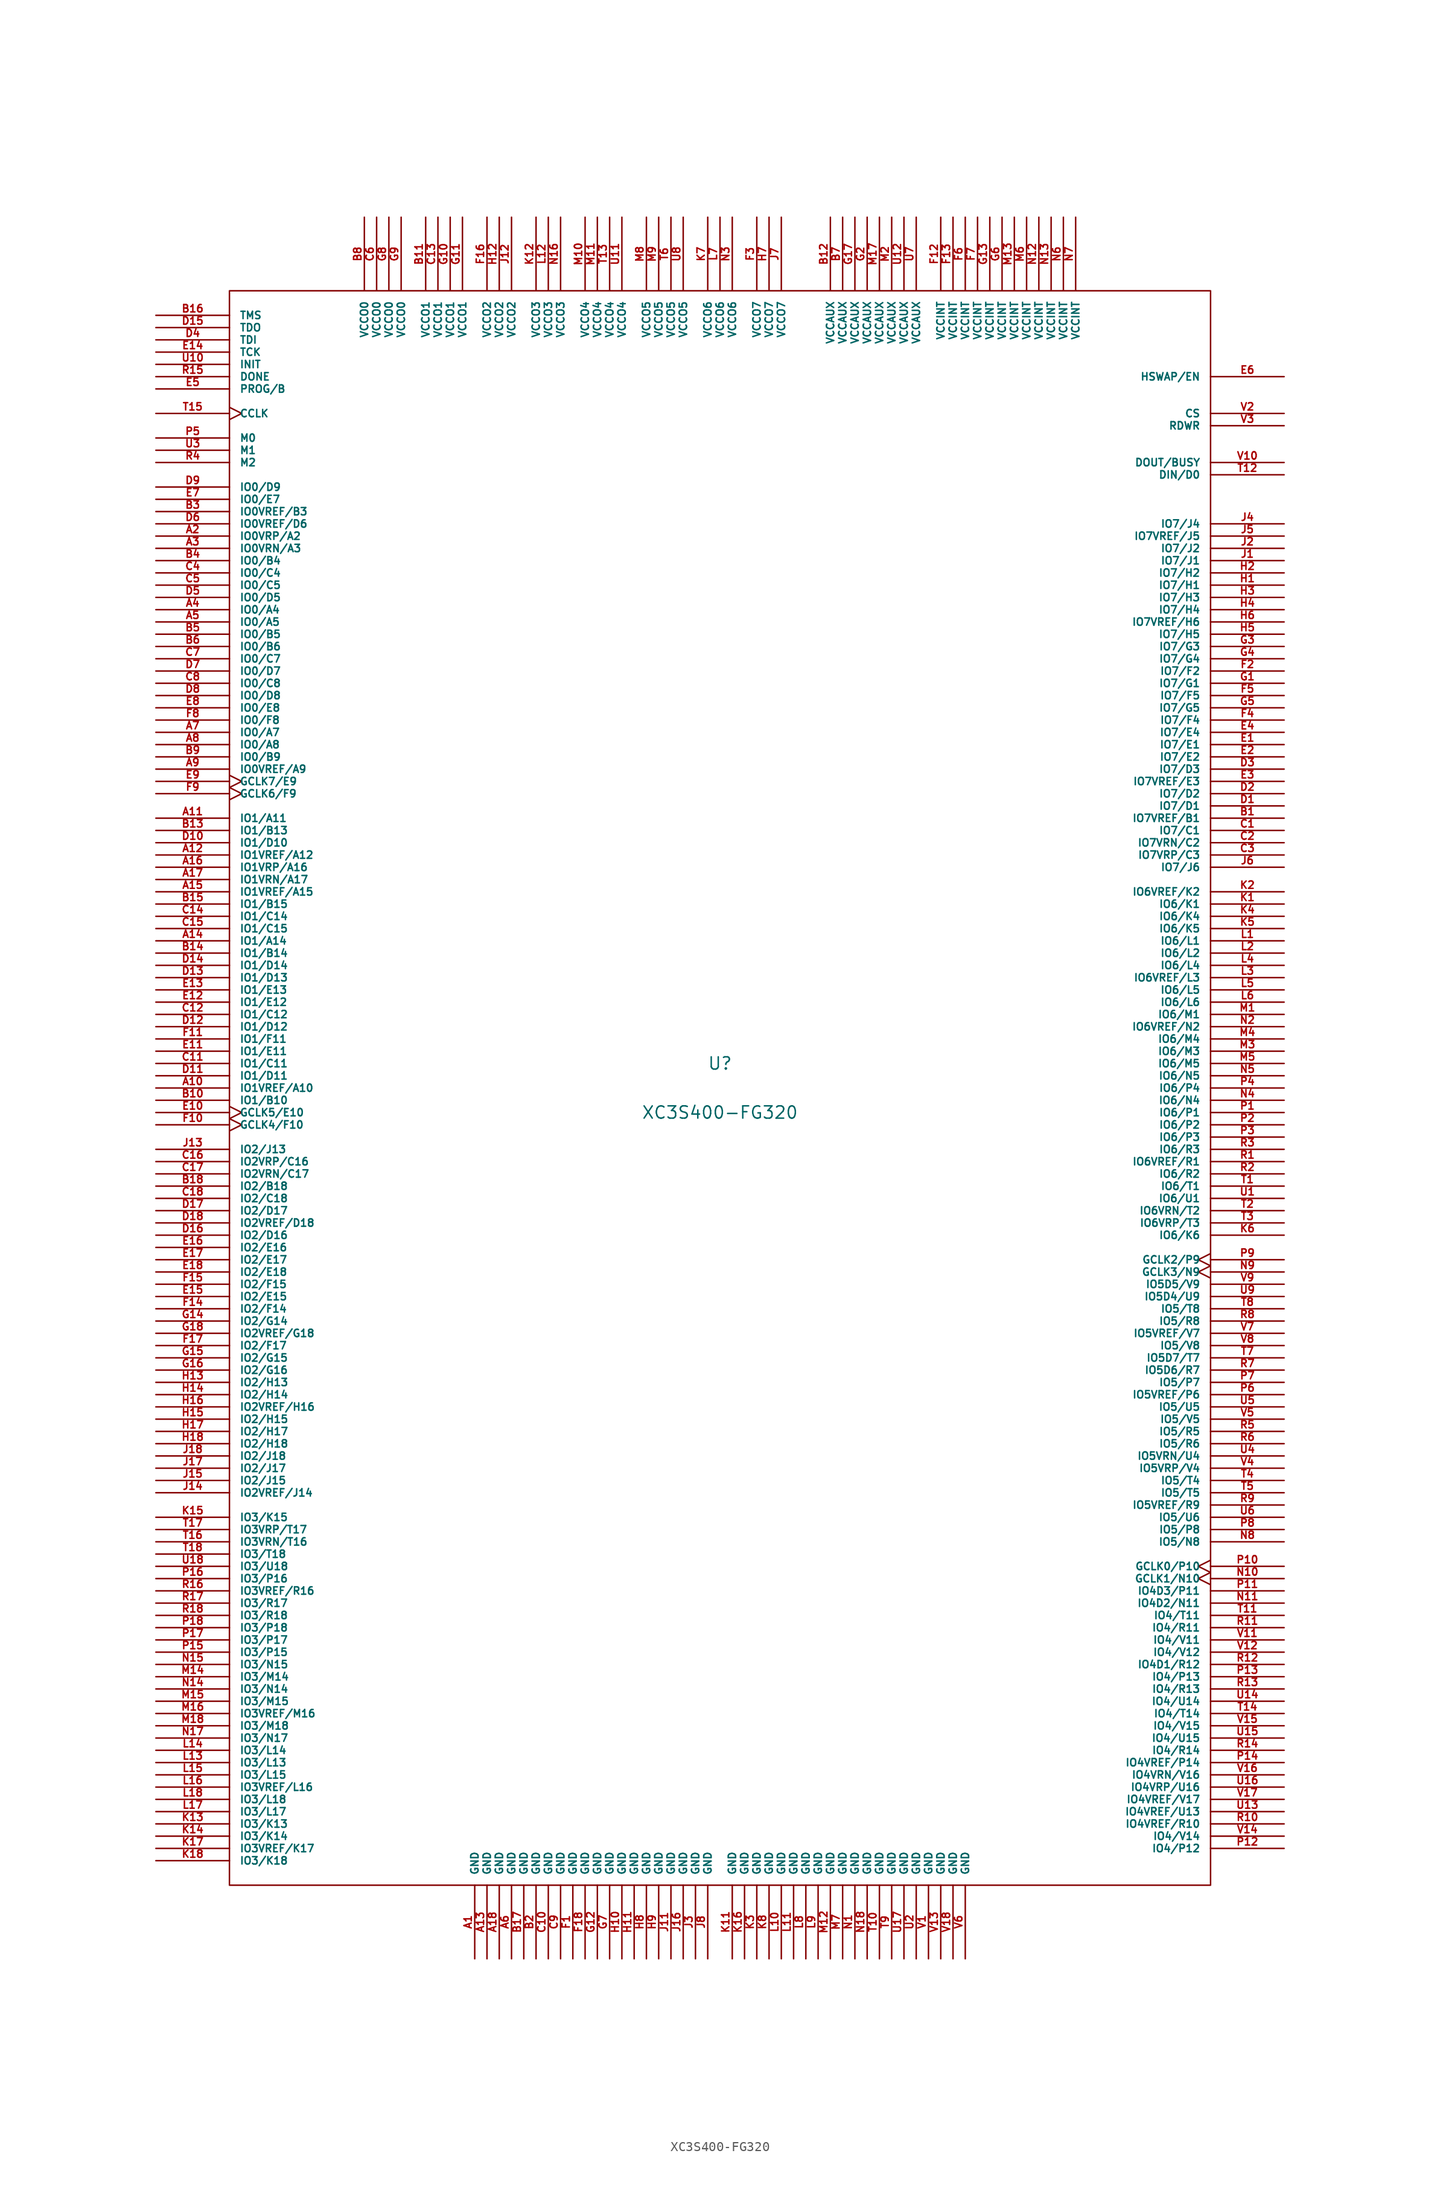
<source format=kicad_sym>
(kicad_symbol_lib
  (version 20211014)
  (generator kicad_symbol_editor)
  (symbol "XC3S400-FG320"
    (pin_names
      (offset 1.016))
    (property "Reference" "U"
      (at 0 2.54 0)
      (effects (font (size 1.27 1.27))))
    (property "Value" "XC3S400-FG320"
      (at 0 -2.54 0)
      (effects (font (size 1.27 1.27))))
    (symbol "XC3S400-FG320_0_1"
      (rectangle (start -50.8 -82.55) (end 50.8 82.55) (stroke (width 0) (type default) (color 0 0 0 0)) (fill (type none))))
    (symbol "XC3S400-FG320_1_1"
      (pin power_in line (at -25.4 -90.17 90) (length 7.62) (name "GND" (effects (font (size 0.762 0.762)))) (number "A1" (effects (font (size 0.762 0.762)))))
      (pin bidirectional line (at -58.42 0 0) (length 7.62) (name "IO1VREF/A10" (effects (font (size 0.762 0.762)))) (number "A10" (effects (font (size 0.762 0.762)))))
      (pin bidirectional line (at -58.42 27.94 0) (length 7.62) (name "IO1/A11" (effects (font (size 0.762 0.762)))) (number "A11" (effects (font (size 0.762 0.762)))))
      (pin bidirectional line (at -58.42 24.13 0) (length 7.62) (name "IO1VREF/A12" (effects (font (size 0.762 0.762)))) (number "A12" (effects (font (size 0.762 0.762)))))
      (pin power_in line (at -24.13 -90.17 90) (length 7.62) (name "GND" (effects (font (size 0.762 0.762)))) (number "A13" (effects (font (size 0.762 0.762)))))
      (pin bidirectional line (at -58.42 15.24 0) (length 7.62) (name "IO1/A14" (effects (font (size 0.762 0.762)))) (number "A14" (effects (font (size 0.762 0.762)))))
      (pin bidirectional line (at -58.42 20.32 0) (length 7.62) (name "IO1VREF/A15" (effects (font (size 0.762 0.762)))) (number "A15" (effects (font (size 0.762 0.762)))))
      (pin bidirectional line (at -58.42 22.86 0) (length 7.62) (name "IO1VRP/A16" (effects (font (size 0.762 0.762)))) (number "A16" (effects (font (size 0.762 0.762)))))
      (pin bidirectional line (at -58.42 21.59 0) (length 7.62) (name "IO1VRN/A17" (effects (font (size 0.762 0.762)))) (number "A17" (effects (font (size 0.762 0.762)))))
      (pin power_in line (at -22.86 -90.17 90) (length 7.62) (name "GND" (effects (font (size 0.762 0.762)))) (number "A18" (effects (font (size 0.762 0.762)))))
      (pin bidirectional line (at -58.42 57.15 0) (length 7.62) (name "IO0VRP/A2" (effects (font (size 0.762 0.762)))) (number "A2" (effects (font (size 0.762 0.762)))))
      (pin bidirectional line (at -58.42 55.88 0) (length 7.62) (name "IO0VRN/A3" (effects (font (size 0.762 0.762)))) (number "A3" (effects (font (size 0.762 0.762)))))
      (pin bidirectional line (at -58.42 49.53 0) (length 7.62) (name "IO0/A4" (effects (font (size 0.762 0.762)))) (number "A4" (effects (font (size 0.762 0.762)))))
      (pin bidirectional line (at -58.42 48.26 0) (length 7.62) (name "IO0/A5" (effects (font (size 0.762 0.762)))) (number "A5" (effects (font (size 0.762 0.762)))))
      (pin power_in line (at -21.59 -90.17 90) (length 7.62) (name "GND" (effects (font (size 0.762 0.762)))) (number "A6" (effects (font (size 0.762 0.762)))))
      (pin bidirectional line (at -58.42 36.83 0) (length 7.62) (name "IO0/A7" (effects (font (size 0.762 0.762)))) (number "A7" (effects (font (size 0.762 0.762)))))
      (pin bidirectional line (at -58.42 35.56 0) (length 7.62) (name "IO0/A8" (effects (font (size 0.762 0.762)))) (number "A8" (effects (font (size 0.762 0.762)))))
      (pin bidirectional line (at -58.42 33.02 0) (length 7.62) (name "IO0VREF/A9" (effects (font (size 0.762 0.762)))) (number "A9" (effects (font (size 0.762 0.762)))))
      (pin bidirectional line (at 58.42 27.94 180) (length 7.62) (name "IO7VREF/B1" (effects (font (size 0.762 0.762)))) (number "B1" (effects (font (size 0.762 0.762)))))
      (pin bidirectional line (at -58.42 -1.27 0) (length 7.62) (name "IO1/B10" (effects (font (size 0.762 0.762)))) (number "B10" (effects (font (size 0.762 0.762)))))
      (pin power_in line (at -30.48 90.17 270) (length 7.62) (name "VCCO1" (effects (font (size 0.762 0.762)))) (number "B11" (effects (font (size 0.762 0.762)))))
      (pin power_in line (at 11.43 90.17 270) (length 7.62) (name "VCCAUX" (effects (font (size 0.762 0.762)))) (number "B12" (effects (font (size 0.762 0.762)))))
      (pin bidirectional line (at -58.42 26.67 0) (length 7.62) (name "IO1/B13" (effects (font (size 0.762 0.762)))) (number "B13" (effects (font (size 0.762 0.762)))))
      (pin bidirectional line (at -58.42 13.97 0) (length 7.62) (name "IO1/B14" (effects (font (size 0.762 0.762)))) (number "B14" (effects (font (size 0.762 0.762)))))
      (pin bidirectional line (at -58.42 19.05 0) (length 7.62) (name "IO1/B15" (effects (font (size 0.762 0.762)))) (number "B15" (effects (font (size 0.762 0.762)))))
      (pin input line (at -58.42 80.01 0) (length 7.62) (name "TMS" (effects (font (size 0.762 0.762)))) (number "B16" (effects (font (size 0.762 0.762)))))
      (pin power_in line (at -20.32 -90.17 90) (length 7.62) (name "GND" (effects (font (size 0.762 0.762)))) (number "B17" (effects (font (size 0.762 0.762)))))
      (pin bidirectional line (at -58.42 -10.16 0) (length 7.62) (name "IO2/B18" (effects (font (size 0.762 0.762)))) (number "B18" (effects (font (size 0.762 0.762)))))
      (pin power_in line (at -19.05 -90.17 90) (length 7.62) (name "GND" (effects (font (size 0.762 0.762)))) (number "B2" (effects (font (size 0.762 0.762)))))
      (pin bidirectional line (at -58.42 59.69 0) (length 7.62) (name "IO0VREF/B3" (effects (font (size 0.762 0.762)))) (number "B3" (effects (font (size 0.762 0.762)))))
      (pin bidirectional line (at -58.42 54.61 0) (length 7.62) (name "IO0/B4" (effects (font (size 0.762 0.762)))) (number "B4" (effects (font (size 0.762 0.762)))))
      (pin bidirectional line (at -58.42 46.99 0) (length 7.62) (name "IO0/B5" (effects (font (size 0.762 0.762)))) (number "B5" (effects (font (size 0.762 0.762)))))
      (pin bidirectional line (at -58.42 45.72 0) (length 7.62) (name "IO0/B6" (effects (font (size 0.762 0.762)))) (number "B6" (effects (font (size 0.762 0.762)))))
      (pin power_in line (at 12.7 90.17 270) (length 7.62) (name "VCCAUX" (effects (font (size 0.762 0.762)))) (number "B7" (effects (font (size 0.762 0.762)))))
      (pin power_in line (at -36.83 90.17 270) (length 7.62) (name "VCCO0" (effects (font (size 0.762 0.762)))) (number "B8" (effects (font (size 0.762 0.762)))))
      (pin bidirectional line (at -58.42 34.29 0) (length 7.62) (name "IO0/B9" (effects (font (size 0.762 0.762)))) (number "B9" (effects (font (size 0.762 0.762)))))
      (pin bidirectional line (at 58.42 26.67 180) (length 7.62) (name "IO7/C1" (effects (font (size 0.762 0.762)))) (number "C1" (effects (font (size 0.762 0.762)))))
      (pin power_in line (at -17.78 -90.17 90) (length 7.62) (name "GND" (effects (font (size 0.762 0.762)))) (number "C10" (effects (font (size 0.762 0.762)))))
      (pin bidirectional line (at -58.42 2.54 0) (length 7.62) (name "IO1/C11" (effects (font (size 0.762 0.762)))) (number "C11" (effects (font (size 0.762 0.762)))))
      (pin bidirectional line (at -58.42 7.62 0) (length 7.62) (name "IO1/C12" (effects (font (size 0.762 0.762)))) (number "C12" (effects (font (size 0.762 0.762)))))
      (pin power_in line (at -29.21 90.17 270) (length 7.62) (name "VCCO1" (effects (font (size 0.762 0.762)))) (number "C13" (effects (font (size 0.762 0.762)))))
      (pin bidirectional line (at -58.42 17.78 0) (length 7.62) (name "IO1/C14" (effects (font (size 0.762 0.762)))) (number "C14" (effects (font (size 0.762 0.762)))))
      (pin bidirectional line (at -58.42 16.51 0) (length 7.62) (name "IO1/C15" (effects (font (size 0.762 0.762)))) (number "C15" (effects (font (size 0.762 0.762)))))
      (pin bidirectional line (at -58.42 -7.62 0) (length 7.62) (name "IO2VRP/C16" (effects (font (size 0.762 0.762)))) (number "C16" (effects (font (size 0.762 0.762)))))
      (pin bidirectional line (at -58.42 -8.89 0) (length 7.62) (name "IO2VRN/C17" (effects (font (size 0.762 0.762)))) (number "C17" (effects (font (size 0.762 0.762)))))
      (pin bidirectional line (at -58.42 -11.43 0) (length 7.62) (name "IO2/C18" (effects (font (size 0.762 0.762)))) (number "C18" (effects (font (size 0.762 0.762)))))
      (pin bidirectional line (at 58.42 25.4 180) (length 7.62) (name "IO7VRN/C2" (effects (font (size 0.762 0.762)))) (number "C2" (effects (font (size 0.762 0.762)))))
      (pin bidirectional line (at 58.42 24.13 180) (length 7.62) (name "IO7VRP/C3" (effects (font (size 0.762 0.762)))) (number "C3" (effects (font (size 0.762 0.762)))))
      (pin bidirectional line (at -58.42 53.34 0) (length 7.62) (name "IO0/C4" (effects (font (size 0.762 0.762)))) (number "C4" (effects (font (size 0.762 0.762)))))
      (pin bidirectional line (at -58.42 52.07 0) (length 7.62) (name "IO0/C5" (effects (font (size 0.762 0.762)))) (number "C5" (effects (font (size 0.762 0.762)))))
      (pin power_in line (at -35.56 90.17 270) (length 7.62) (name "VCCO0" (effects (font (size 0.762 0.762)))) (number "C6" (effects (font (size 0.762 0.762)))))
      (pin bidirectional line (at -58.42 44.45 0) (length 7.62) (name "IO0/C7" (effects (font (size 0.762 0.762)))) (number "C7" (effects (font (size 0.762 0.762)))))
      (pin bidirectional line (at -58.42 41.91 0) (length 7.62) (name "IO0/C8" (effects (font (size 0.762 0.762)))) (number "C8" (effects (font (size 0.762 0.762)))))
      (pin power_in line (at -16.51 -90.17 90) (length 7.62) (name "GND" (effects (font (size 0.762 0.762)))) (number "C9" (effects (font (size 0.762 0.762)))))
      (pin bidirectional line (at 58.42 29.21 180) (length 7.62) (name "IO7/D1" (effects (font (size 0.762 0.762)))) (number "D1" (effects (font (size 0.762 0.762)))))
      (pin bidirectional line (at -58.42 25.4 0) (length 7.62) (name "IO1/D10" (effects (font (size 0.762 0.762)))) (number "D10" (effects (font (size 0.762 0.762)))))
      (pin bidirectional line (at -58.42 1.27 0) (length 7.62) (name "IO1/D11" (effects (font (size 0.762 0.762)))) (number "D11" (effects (font (size 0.762 0.762)))))
      (pin bidirectional line (at -58.42 6.35 0) (length 7.62) (name "IO1/D12" (effects (font (size 0.762 0.762)))) (number "D12" (effects (font (size 0.762 0.762)))))
      (pin bidirectional line (at -58.42 11.43 0) (length 7.62) (name "IO1/D13" (effects (font (size 0.762 0.762)))) (number "D13" (effects (font (size 0.762 0.762)))))
      (pin bidirectional line (at -58.42 12.7 0) (length 7.62) (name "IO1/D14" (effects (font (size 0.762 0.762)))) (number "D14" (effects (font (size 0.762 0.762)))))
      (pin output line (at -58.42 78.74 0) (length 7.62) (name "TDO" (effects (font (size 0.762 0.762)))) (number "D15" (effects (font (size 0.762 0.762)))))
      (pin bidirectional line (at -58.42 -15.24 0) (length 7.62) (name "IO2/D16" (effects (font (size 0.762 0.762)))) (number "D16" (effects (font (size 0.762 0.762)))))
      (pin bidirectional line (at -58.42 -12.7 0) (length 7.62) (name "IO2/D17" (effects (font (size 0.762 0.762)))) (number "D17" (effects (font (size 0.762 0.762)))))
      (pin bidirectional line (at -58.42 -13.97 0) (length 7.62) (name "IO2VREF/D18" (effects (font (size 0.762 0.762)))) (number "D18" (effects (font (size 0.762 0.762)))))
      (pin bidirectional line (at 58.42 30.48 180) (length 7.62) (name "IO7/D2" (effects (font (size 0.762 0.762)))) (number "D2" (effects (font (size 0.762 0.762)))))
      (pin bidirectional line (at 58.42 33.02 180) (length 7.62) (name "IO7/D3" (effects (font (size 0.762 0.762)))) (number "D3" (effects (font (size 0.762 0.762)))))
      (pin input line (at -58.42 77.47 0) (length 7.62) (name "TDI" (effects (font (size 0.762 0.762)))) (number "D4" (effects (font (size 0.762 0.762)))))
      (pin bidirectional line (at -58.42 50.8 0) (length 7.62) (name "IO0/D5" (effects (font (size 0.762 0.762)))) (number "D5" (effects (font (size 0.762 0.762)))))
      (pin bidirectional line (at -58.42 58.42 0) (length 7.62) (name "IO0VREF/D6" (effects (font (size 0.762 0.762)))) (number "D6" (effects (font (size 0.762 0.762)))))
      (pin bidirectional line (at -58.42 43.18 0) (length 7.62) (name "IO0/D7" (effects (font (size 0.762 0.762)))) (number "D7" (effects (font (size 0.762 0.762)))))
      (pin bidirectional line (at -58.42 40.64 0) (length 7.62) (name "IO0/D8" (effects (font (size 0.762 0.762)))) (number "D8" (effects (font (size 0.762 0.762)))))
      (pin bidirectional line (at -58.42 62.23 0) (length 7.62) (name "IO0/D9" (effects (font (size 0.762 0.762)))) (number "D9" (effects (font (size 0.762 0.762)))))
      (pin bidirectional line (at 58.42 35.56 180) (length 7.62) (name "IO7/E1" (effects (font (size 0.762 0.762)))) (number "E1" (effects (font (size 0.762 0.762)))))
      (pin input clock (at -58.42 -2.54 0) (length 7.62) (name "GCLK5/E10" (effects (font (size 0.762 0.762)))) (number "E10" (effects (font (size 0.762 0.762)))))
      (pin bidirectional line (at -58.42 3.81 0) (length 7.62) (name "IO1/E11" (effects (font (size 0.762 0.762)))) (number "E11" (effects (font (size 0.762 0.762)))))
      (pin bidirectional line (at -58.42 8.89 0) (length 7.62) (name "IO1/E12" (effects (font (size 0.762 0.762)))) (number "E12" (effects (font (size 0.762 0.762)))))
      (pin bidirectional line (at -58.42 10.16 0) (length 7.62) (name "IO1/E13" (effects (font (size 0.762 0.762)))) (number "E13" (effects (font (size 0.762 0.762)))))
      (pin input line (at -58.42 76.2 0) (length 7.62) (name "TCK" (effects (font (size 0.762 0.762)))) (number "E14" (effects (font (size 0.762 0.762)))))
      (pin bidirectional line (at -58.42 -21.59 0) (length 7.62) (name "IO2/E15" (effects (font (size 0.762 0.762)))) (number "E15" (effects (font (size 0.762 0.762)))))
      (pin bidirectional line (at -58.42 -16.51 0) (length 7.62) (name "IO2/E16" (effects (font (size 0.762 0.762)))) (number "E16" (effects (font (size 0.762 0.762)))))
      (pin bidirectional line (at -58.42 -17.78 0) (length 7.62) (name "IO2/E17" (effects (font (size 0.762 0.762)))) (number "E17" (effects (font (size 0.762 0.762)))))
      (pin bidirectional line (at -58.42 -19.05 0) (length 7.62) (name "IO2/E18" (effects (font (size 0.762 0.762)))) (number "E18" (effects (font (size 0.762 0.762)))))
      (pin bidirectional line (at 58.42 34.29 180) (length 7.62) (name "IO7/E2" (effects (font (size 0.762 0.762)))) (number "E2" (effects (font (size 0.762 0.762)))))
      (pin bidirectional line (at 58.42 31.75 180) (length 7.62) (name "IO7VREF/E3" (effects (font (size 0.762 0.762)))) (number "E3" (effects (font (size 0.762 0.762)))))
      (pin bidirectional line (at 58.42 36.83 180) (length 7.62) (name "IO7/E4" (effects (font (size 0.762 0.762)))) (number "E4" (effects (font (size 0.762 0.762)))))
      (pin input line (at -58.42 72.39 0) (length 7.62) (name "PROG/B" (effects (font (size 0.762 0.762)))) (number "E5" (effects (font (size 0.762 0.762)))))
      (pin input line (at 58.42 73.66 180) (length 7.62) (name "HSWAP/EN" (effects (font (size 0.762 0.762)))) (number "E6" (effects (font (size 0.762 0.762)))))
      (pin bidirectional line (at -58.42 60.96 0) (length 7.62) (name "IO0/E7" (effects (font (size 0.762 0.762)))) (number "E7" (effects (font (size 0.762 0.762)))))
      (pin bidirectional line (at -58.42 39.37 0) (length 7.62) (name "IO0/E8" (effects (font (size 0.762 0.762)))) (number "E8" (effects (font (size 0.762 0.762)))))
      (pin input clock (at -58.42 31.75 0) (length 7.62) (name "GCLK7/E9" (effects (font (size 0.762 0.762)))) (number "E9" (effects (font (size 0.762 0.762)))))
      (pin power_in line (at -15.24 -90.17 90) (length 7.62) (name "GND" (effects (font (size 0.762 0.762)))) (number "F1" (effects (font (size 0.762 0.762)))))
      (pin input clock (at -58.42 -3.81 0) (length 7.62) (name "GCLK4/F10" (effects (font (size 0.762 0.762)))) (number "F10" (effects (font (size 0.762 0.762)))))
      (pin bidirectional line (at -58.42 5.08 0) (length 7.62) (name "IO1/F11" (effects (font (size 0.762 0.762)))) (number "F11" (effects (font (size 0.762 0.762)))))
      (pin power_in line (at 22.86 90.17 270) (length 7.62) (name "VCCINT" (effects (font (size 0.762 0.762)))) (number "F12" (effects (font (size 0.762 0.762)))))
      (pin power_in line (at 24.13 90.17 270) (length 7.62) (name "VCCINT" (effects (font (size 0.762 0.762)))) (number "F13" (effects (font (size 0.762 0.762)))))
      (pin bidirectional line (at -58.42 -22.86 0) (length 7.62) (name "IO2/F14" (effects (font (size 0.762 0.762)))) (number "F14" (effects (font (size 0.762 0.762)))))
      (pin bidirectional line (at -58.42 -20.32 0) (length 7.62) (name "IO2/F15" (effects (font (size 0.762 0.762)))) (number "F15" (effects (font (size 0.762 0.762)))))
      (pin power_in line (at -24.13 90.17 270) (length 7.62) (name "VCCO2" (effects (font (size 0.762 0.762)))) (number "F16" (effects (font (size 0.762 0.762)))))
      (pin bidirectional line (at -58.42 -26.67 0) (length 7.62) (name "IO2/F17" (effects (font (size 0.762 0.762)))) (number "F17" (effects (font (size 0.762 0.762)))))
      (pin power_in line (at -13.97 -90.17 90) (length 7.62) (name "GND" (effects (font (size 0.762 0.762)))) (number "F18" (effects (font (size 0.762 0.762)))))
      (pin bidirectional line (at 58.42 43.18 180) (length 7.62) (name "IO7/F2" (effects (font (size 0.762 0.762)))) (number "F2" (effects (font (size 0.762 0.762)))))
      (pin power_in line (at 3.81 90.17 270) (length 7.62) (name "VCCO7" (effects (font (size 0.762 0.762)))) (number "F3" (effects (font (size 0.762 0.762)))))
      (pin bidirectional line (at 58.42 38.1 180) (length 7.62) (name "IO7/F4" (effects (font (size 0.762 0.762)))) (number "F4" (effects (font (size 0.762 0.762)))))
      (pin bidirectional line (at 58.42 40.64 180) (length 7.62) (name "IO7/F5" (effects (font (size 0.762 0.762)))) (number "F5" (effects (font (size 0.762 0.762)))))
      (pin power_in line (at 25.4 90.17 270) (length 7.62) (name "VCCINT" (effects (font (size 0.762 0.762)))) (number "F6" (effects (font (size 0.762 0.762)))))
      (pin power_in line (at 26.67 90.17 270) (length 7.62) (name "VCCINT" (effects (font (size 0.762 0.762)))) (number "F7" (effects (font (size 0.762 0.762)))))
      (pin bidirectional line (at -58.42 38.1 0) (length 7.62) (name "IO0/F8" (effects (font (size 0.762 0.762)))) (number "F8" (effects (font (size 0.762 0.762)))))
      (pin input clock (at -58.42 30.48 0) (length 7.62) (name "GCLK6/F9" (effects (font (size 0.762 0.762)))) (number "F9" (effects (font (size 0.762 0.762)))))
      (pin bidirectional line (at 58.42 41.91 180) (length 7.62) (name "IO7/G1" (effects (font (size 0.762 0.762)))) (number "G1" (effects (font (size 0.762 0.762)))))
      (pin power_in line (at -27.94 90.17 270) (length 7.62) (name "VCCO1" (effects (font (size 0.762 0.762)))) (number "G10" (effects (font (size 0.762 0.762)))))
      (pin power_in line (at -26.67 90.17 270) (length 7.62) (name "VCCO1" (effects (font (size 0.762 0.762)))) (number "G11" (effects (font (size 0.762 0.762)))))
      (pin power_in line (at -12.7 -90.17 90) (length 7.62) (name "GND" (effects (font (size 0.762 0.762)))) (number "G12" (effects (font (size 0.762 0.762)))))
      (pin power_in line (at 27.94 90.17 270) (length 7.62) (name "VCCINT" (effects (font (size 0.762 0.762)))) (number "G13" (effects (font (size 0.762 0.762)))))
      (pin bidirectional line (at -58.42 -24.13 0) (length 7.62) (name "IO2/G14" (effects (font (size 0.762 0.762)))) (number "G14" (effects (font (size 0.762 0.762)))))
      (pin bidirectional line (at -58.42 -27.94 0) (length 7.62) (name "IO2/G15" (effects (font (size 0.762 0.762)))) (number "G15" (effects (font (size 0.762 0.762)))))
      (pin bidirectional line (at -58.42 -29.21 0) (length 7.62) (name "IO2/G16" (effects (font (size 0.762 0.762)))) (number "G16" (effects (font (size 0.762 0.762)))))
      (pin power_in line (at 13.97 90.17 270) (length 7.62) (name "VCCAUX" (effects (font (size 0.762 0.762)))) (number "G17" (effects (font (size 0.762 0.762)))))
      (pin bidirectional line (at -58.42 -25.4 0) (length 7.62) (name "IO2VREF/G18" (effects (font (size 0.762 0.762)))) (number "G18" (effects (font (size 0.762 0.762)))))
      (pin power_in line (at 15.24 90.17 270) (length 7.62) (name "VCCAUX" (effects (font (size 0.762 0.762)))) (number "G2" (effects (font (size 0.762 0.762)))))
      (pin bidirectional line (at 58.42 45.72 180) (length 7.62) (name "IO7/G3" (effects (font (size 0.762 0.762)))) (number "G3" (effects (font (size 0.762 0.762)))))
      (pin bidirectional line (at 58.42 44.45 180) (length 7.62) (name "IO7/G4" (effects (font (size 0.762 0.762)))) (number "G4" (effects (font (size 0.762 0.762)))))
      (pin bidirectional line (at 58.42 39.37 180) (length 7.62) (name "IO7/G5" (effects (font (size 0.762 0.762)))) (number "G5" (effects (font (size 0.762 0.762)))))
      (pin power_in line (at 29.21 90.17 270) (length 7.62) (name "VCCINT" (effects (font (size 0.762 0.762)))) (number "G6" (effects (font (size 0.762 0.762)))))
      (pin power_in line (at -11.43 -90.17 90) (length 7.62) (name "GND" (effects (font (size 0.762 0.762)))) (number "G7" (effects (font (size 0.762 0.762)))))
      (pin power_in line (at -34.29 90.17 270) (length 7.62) (name "VCCO0" (effects (font (size 0.762 0.762)))) (number "G8" (effects (font (size 0.762 0.762)))))
      (pin power_in line (at -33.02 90.17 270) (length 7.62) (name "VCCO0" (effects (font (size 0.762 0.762)))) (number "G9" (effects (font (size 0.762 0.762)))))
      (pin bidirectional line (at 58.42 52.07 180) (length 7.62) (name "IO7/H1" (effects (font (size 0.762 0.762)))) (number "H1" (effects (font (size 0.762 0.762)))))
      (pin power_in line (at -10.16 -90.17 90) (length 7.62) (name "GND" (effects (font (size 0.762 0.762)))) (number "H10" (effects (font (size 0.762 0.762)))))
      (pin power_in line (at -8.89 -90.17 90) (length 7.62) (name "GND" (effects (font (size 0.762 0.762)))) (number "H11" (effects (font (size 0.762 0.762)))))
      (pin power_in line (at -22.86 90.17 270) (length 7.62) (name "VCCO2" (effects (font (size 0.762 0.762)))) (number "H12" (effects (font (size 0.762 0.762)))))
      (pin bidirectional line (at -58.42 -30.48 0) (length 7.62) (name "IO2/H13" (effects (font (size 0.762 0.762)))) (number "H13" (effects (font (size 0.762 0.762)))))
      (pin bidirectional line (at -58.42 -31.75 0) (length 7.62) (name "IO2/H14" (effects (font (size 0.762 0.762)))) (number "H14" (effects (font (size 0.762 0.762)))))
      (pin bidirectional line (at -58.42 -34.29 0) (length 7.62) (name "IO2/H15" (effects (font (size 0.762 0.762)))) (number "H15" (effects (font (size 0.762 0.762)))))
      (pin bidirectional line (at -58.42 -33.02 0) (length 7.62) (name "IO2VREF/H16" (effects (font (size 0.762 0.762)))) (number "H16" (effects (font (size 0.762 0.762)))))
      (pin bidirectional line (at -58.42 -35.56 0) (length 7.62) (name "IO2/H17" (effects (font (size 0.762 0.762)))) (number "H17" (effects (font (size 0.762 0.762)))))
      (pin bidirectional line (at -58.42 -36.83 0) (length 7.62) (name "IO2/H18" (effects (font (size 0.762 0.762)))) (number "H18" (effects (font (size 0.762 0.762)))))
      (pin bidirectional line (at 58.42 53.34 180) (length 7.62) (name "IO7/H2" (effects (font (size 0.762 0.762)))) (number "H2" (effects (font (size 0.762 0.762)))))
      (pin bidirectional line (at 58.42 50.8 180) (length 7.62) (name "IO7/H3" (effects (font (size 0.762 0.762)))) (number "H3" (effects (font (size 0.762 0.762)))))
      (pin bidirectional line (at 58.42 49.53 180) (length 7.62) (name "IO7/H4" (effects (font (size 0.762 0.762)))) (number "H4" (effects (font (size 0.762 0.762)))))
      (pin bidirectional line (at 58.42 46.99 180) (length 7.62) (name "IO7/H5" (effects (font (size 0.762 0.762)))) (number "H5" (effects (font (size 0.762 0.762)))))
      (pin bidirectional line (at 58.42 48.26 180) (length 7.62) (name "IO7VREF/H6" (effects (font (size 0.762 0.762)))) (number "H6" (effects (font (size 0.762 0.762)))))
      (pin power_in line (at 5.08 90.17 270) (length 7.62) (name "VCCO7" (effects (font (size 0.762 0.762)))) (number "H7" (effects (font (size 0.762 0.762)))))
      (pin power_in line (at -7.62 -90.17 90) (length 7.62) (name "GND" (effects (font (size 0.762 0.762)))) (number "H8" (effects (font (size 0.762 0.762)))))
      (pin power_in line (at -6.35 -90.17 90) (length 7.62) (name "GND" (effects (font (size 0.762 0.762)))) (number "H9" (effects (font (size 0.762 0.762)))))
      (pin bidirectional line (at 58.42 54.61 180) (length 7.62) (name "IO7/J1" (effects (font (size 0.762 0.762)))) (number "J1" (effects (font (size 0.762 0.762)))))
      (pin power_in line (at -5.08 -90.17 90) (length 7.62) (name "GND" (effects (font (size 0.762 0.762)))) (number "J11" (effects (font (size 0.762 0.762)))))
      (pin power_in line (at -21.59 90.17 270) (length 7.62) (name "VCCO2" (effects (font (size 0.762 0.762)))) (number "J12" (effects (font (size 0.762 0.762)))))
      (pin bidirectional line (at -58.42 -6.35 0) (length 7.62) (name "IO2/J13" (effects (font (size 0.762 0.762)))) (number "J13" (effects (font (size 0.762 0.762)))))
      (pin bidirectional line (at -58.42 -41.91 0) (length 7.62) (name "IO2VREF/J14" (effects (font (size 0.762 0.762)))) (number "J14" (effects (font (size 0.762 0.762)))))
      (pin bidirectional line (at -58.42 -40.64 0) (length 7.62) (name "IO2/J15" (effects (font (size 0.762 0.762)))) (number "J15" (effects (font (size 0.762 0.762)))))
      (pin power_in line (at -3.81 -90.17 90) (length 7.62) (name "GND" (effects (font (size 0.762 0.762)))) (number "J16" (effects (font (size 0.762 0.762)))))
      (pin bidirectional line (at -58.42 -39.37 0) (length 7.62) (name "IO2/J17" (effects (font (size 0.762 0.762)))) (number "J17" (effects (font (size 0.762 0.762)))))
      (pin bidirectional line (at -58.42 -38.1 0) (length 7.62) (name "IO2/J18" (effects (font (size 0.762 0.762)))) (number "J18" (effects (font (size 0.762 0.762)))))
      (pin bidirectional line (at 58.42 55.88 180) (length 7.62) (name "IO7/J2" (effects (font (size 0.762 0.762)))) (number "J2" (effects (font (size 0.762 0.762)))))
      (pin power_in line (at -2.54 -90.17 90) (length 7.62) (name "GND" (effects (font (size 0.762 0.762)))) (number "J3" (effects (font (size 0.762 0.762)))))
      (pin bidirectional line (at 58.42 58.42 180) (length 7.62) (name "IO7/J4" (effects (font (size 0.762 0.762)))) (number "J4" (effects (font (size 0.762 0.762)))))
      (pin bidirectional line (at 58.42 57.15 180) (length 7.62) (name "IO7VREF/J5" (effects (font (size 0.762 0.762)))) (number "J5" (effects (font (size 0.762 0.762)))))
      (pin bidirectional line (at 58.42 22.86 180) (length 7.62) (name "IO7/J6" (effects (font (size 0.762 0.762)))) (number "J6" (effects (font (size 0.762 0.762)))))
      (pin power_in line (at 6.35 90.17 270) (length 7.62) (name "VCCO7" (effects (font (size 0.762 0.762)))) (number "J7" (effects (font (size 0.762 0.762)))))
      (pin power_in line (at -1.27 -90.17 90) (length 7.62) (name "GND" (effects (font (size 0.762 0.762)))) (number "J8" (effects (font (size 0.762 0.762)))))
      (pin bidirectional line (at 58.42 19.05 180) (length 7.62) (name "IO6/K1" (effects (font (size 0.762 0.762)))) (number "K1" (effects (font (size 0.762 0.762)))))
      (pin power_in line (at 1.27 -90.17 90) (length 7.62) (name "GND" (effects (font (size 0.762 0.762)))) (number "K11" (effects (font (size 0.762 0.762)))))
      (pin power_in line (at -19.05 90.17 270) (length 7.62) (name "VCCO3" (effects (font (size 0.762 0.762)))) (number "K12" (effects (font (size 0.762 0.762)))))
      (pin bidirectional line (at -58.42 -76.2 0) (length 7.62) (name "IO3/K13" (effects (font (size 0.762 0.762)))) (number "K13" (effects (font (size 0.762 0.762)))))
      (pin bidirectional line (at -58.42 -77.47 0) (length 7.62) (name "IO3/K14" (effects (font (size 0.762 0.762)))) (number "K14" (effects (font (size 0.762 0.762)))))
      (pin bidirectional line (at -58.42 -44.45 0) (length 7.62) (name "IO3/K15" (effects (font (size 0.762 0.762)))) (number "K15" (effects (font (size 0.762 0.762)))))
      (pin power_in line (at 2.54 -90.17 90) (length 7.62) (name "GND" (effects (font (size 0.762 0.762)))) (number "K16" (effects (font (size 0.762 0.762)))))
      (pin bidirectional line (at -58.42 -78.74 0) (length 7.62) (name "IO3VREF/K17" (effects (font (size 0.762 0.762)))) (number "K17" (effects (font (size 0.762 0.762)))))
      (pin bidirectional line (at -58.42 -80.01 0) (length 7.62) (name "IO3/K18" (effects (font (size 0.762 0.762)))) (number "K18" (effects (font (size 0.762 0.762)))))
      (pin bidirectional line (at 58.42 20.32 180) (length 7.62) (name "IO6VREF/K2" (effects (font (size 0.762 0.762)))) (number "K2" (effects (font (size 0.762 0.762)))))
      (pin power_in line (at 3.81 -90.17 90) (length 7.62) (name "GND" (effects (font (size 0.762 0.762)))) (number "K3" (effects (font (size 0.762 0.762)))))
      (pin bidirectional line (at 58.42 17.78 180) (length 7.62) (name "IO6/K4" (effects (font (size 0.762 0.762)))) (number "K4" (effects (font (size 0.762 0.762)))))
      (pin bidirectional line (at 58.42 16.51 180) (length 7.62) (name "IO6/K5" (effects (font (size 0.762 0.762)))) (number "K5" (effects (font (size 0.762 0.762)))))
      (pin bidirectional line (at 58.42 -15.24 180) (length 7.62) (name "IO6/K6" (effects (font (size 0.762 0.762)))) (number "K6" (effects (font (size 0.762 0.762)))))
      (pin power_in line (at -1.27 90.17 270) (length 7.62) (name "VCCO6" (effects (font (size 0.762 0.762)))) (number "K7" (effects (font (size 0.762 0.762)))))
      (pin power_in line (at 5.08 -90.17 90) (length 7.62) (name "GND" (effects (font (size 0.762 0.762)))) (number "K8" (effects (font (size 0.762 0.762)))))
      (pin bidirectional line (at 58.42 15.24 180) (length 7.62) (name "IO6/L1" (effects (font (size 0.762 0.762)))) (number "L1" (effects (font (size 0.762 0.762)))))
      (pin power_in line (at 6.35 -90.17 90) (length 7.62) (name "GND" (effects (font (size 0.762 0.762)))) (number "L10" (effects (font (size 0.762 0.762)))))
      (pin power_in line (at 7.62 -90.17 90) (length 7.62) (name "GND" (effects (font (size 0.762 0.762)))) (number "L11" (effects (font (size 0.762 0.762)))))
      (pin power_in line (at -17.78 90.17 270) (length 7.62) (name "VCCO3" (effects (font (size 0.762 0.762)))) (number "L12" (effects (font (size 0.762 0.762)))))
      (pin bidirectional line (at -58.42 -69.85 0) (length 7.62) (name "IO3/L13" (effects (font (size 0.762 0.762)))) (number "L13" (effects (font (size 0.762 0.762)))))
      (pin bidirectional line (at -58.42 -68.58 0) (length 7.62) (name "IO3/L14" (effects (font (size 0.762 0.762)))) (number "L14" (effects (font (size 0.762 0.762)))))
      (pin bidirectional line (at -58.42 -71.12 0) (length 7.62) (name "IO3/L15" (effects (font (size 0.762 0.762)))) (number "L15" (effects (font (size 0.762 0.762)))))
      (pin bidirectional line (at -58.42 -72.39 0) (length 7.62) (name "IO3VREF/L16" (effects (font (size 0.762 0.762)))) (number "L16" (effects (font (size 0.762 0.762)))))
      (pin bidirectional line (at -58.42 -74.93 0) (length 7.62) (name "IO3/L17" (effects (font (size 0.762 0.762)))) (number "L17" (effects (font (size 0.762 0.762)))))
      (pin bidirectional line (at -58.42 -73.66 0) (length 7.62) (name "IO3/L18" (effects (font (size 0.762 0.762)))) (number "L18" (effects (font (size 0.762 0.762)))))
      (pin bidirectional line (at 58.42 13.97 180) (length 7.62) (name "IO6/L2" (effects (font (size 0.762 0.762)))) (number "L2" (effects (font (size 0.762 0.762)))))
      (pin bidirectional line (at 58.42 11.43 180) (length 7.62) (name "IO6VREF/L3" (effects (font (size 0.762 0.762)))) (number "L3" (effects (font (size 0.762 0.762)))))
      (pin bidirectional line (at 58.42 12.7 180) (length 7.62) (name "IO6/L4" (effects (font (size 0.762 0.762)))) (number "L4" (effects (font (size 0.762 0.762)))))
      (pin bidirectional line (at 58.42 10.16 180) (length 7.62) (name "IO6/L5" (effects (font (size 0.762 0.762)))) (number "L5" (effects (font (size 0.762 0.762)))))
      (pin bidirectional line (at 58.42 8.89 180) (length 7.62) (name "IO6/L6" (effects (font (size 0.762 0.762)))) (number "L6" (effects (font (size 0.762 0.762)))))
      (pin power_in line (at 0 90.17 270) (length 7.62) (name "VCCO6" (effects (font (size 0.762 0.762)))) (number "L7" (effects (font (size 0.762 0.762)))))
      (pin power_in line (at 8.89 -90.17 90) (length 7.62) (name "GND" (effects (font (size 0.762 0.762)))) (number "L8" (effects (font (size 0.762 0.762)))))
      (pin power_in line (at 10.16 -90.17 90) (length 7.62) (name "GND" (effects (font (size 0.762 0.762)))) (number "L9" (effects (font (size 0.762 0.762)))))
      (pin bidirectional line (at 58.42 7.62 180) (length 7.62) (name "IO6/M1" (effects (font (size 0.762 0.762)))) (number "M1" (effects (font (size 0.762 0.762)))))
      (pin power_in line (at -13.97 90.17 270) (length 7.62) (name "VCCO4" (effects (font (size 0.762 0.762)))) (number "M10" (effects (font (size 0.762 0.762)))))
      (pin power_in line (at -12.7 90.17 270) (length 7.62) (name "VCCO4" (effects (font (size 0.762 0.762)))) (number "M11" (effects (font (size 0.762 0.762)))))
      (pin power_in line (at 11.43 -90.17 90) (length 7.62) (name "GND" (effects (font (size 0.762 0.762)))) (number "M12" (effects (font (size 0.762 0.762)))))
      (pin power_in line (at 30.48 90.17 270) (length 7.62) (name "VCCINT" (effects (font (size 0.762 0.762)))) (number "M13" (effects (font (size 0.762 0.762)))))
      (pin bidirectional line (at -58.42 -60.96 0) (length 7.62) (name "IO3/M14" (effects (font (size 0.762 0.762)))) (number "M14" (effects (font (size 0.762 0.762)))))
      (pin bidirectional line (at -58.42 -63.5 0) (length 7.62) (name "IO3/M15" (effects (font (size 0.762 0.762)))) (number "M15" (effects (font (size 0.762 0.762)))))
      (pin bidirectional line (at -58.42 -64.77 0) (length 7.62) (name "IO3VREF/M16" (effects (font (size 0.762 0.762)))) (number "M16" (effects (font (size 0.762 0.762)))))
      (pin power_in line (at 16.51 90.17 270) (length 7.62) (name "VCCAUX" (effects (font (size 0.762 0.762)))) (number "M17" (effects (font (size 0.762 0.762)))))
      (pin bidirectional line (at -58.42 -66.04 0) (length 7.62) (name "IO3/M18" (effects (font (size 0.762 0.762)))) (number "M18" (effects (font (size 0.762 0.762)))))
      (pin power_in line (at 17.78 90.17 270) (length 7.62) (name "VCCAUX" (effects (font (size 0.762 0.762)))) (number "M2" (effects (font (size 0.762 0.762)))))
      (pin bidirectional line (at 58.42 3.81 180) (length 7.62) (name "IO6/M3" (effects (font (size 0.762 0.762)))) (number "M3" (effects (font (size 0.762 0.762)))))
      (pin bidirectional line (at 58.42 5.08 180) (length 7.62) (name "IO6/M4" (effects (font (size 0.762 0.762)))) (number "M4" (effects (font (size 0.762 0.762)))))
      (pin bidirectional line (at 58.42 2.54 180) (length 7.62) (name "IO6/M5" (effects (font (size 0.762 0.762)))) (number "M5" (effects (font (size 0.762 0.762)))))
      (pin power_in line (at 31.75 90.17 270) (length 7.62) (name "VCCINT" (effects (font (size 0.762 0.762)))) (number "M6" (effects (font (size 0.762 0.762)))))
      (pin power_in line (at 12.7 -90.17 90) (length 7.62) (name "GND" (effects (font (size 0.762 0.762)))) (number "M7" (effects (font (size 0.762 0.762)))))
      (pin power_in line (at -7.62 90.17 270) (length 7.62) (name "VCCO5" (effects (font (size 0.762 0.762)))) (number "M8" (effects (font (size 0.762 0.762)))))
      (pin power_in line (at -6.35 90.17 270) (length 7.62) (name "VCCO5" (effects (font (size 0.762 0.762)))) (number "M9" (effects (font (size 0.762 0.762)))))
      (pin power_in line (at 13.97 -90.17 90) (length 7.62) (name "GND" (effects (font (size 0.762 0.762)))) (number "N1" (effects (font (size 0.762 0.762)))))
      (pin input clock (at 58.42 -50.8 180) (length 7.62) (name "GCLK1/N10" (effects (font (size 0.762 0.762)))) (number "N10" (effects (font (size 0.762 0.762)))))
      (pin bidirectional line (at 58.42 -53.34 180) (length 7.62) (name "IO4D2/N11" (effects (font (size 0.762 0.762)))) (number "N11" (effects (font (size 0.762 0.762)))))
      (pin power_in line (at 33.02 90.17 270) (length 7.62) (name "VCCINT" (effects (font (size 0.762 0.762)))) (number "N12" (effects (font (size 0.762 0.762)))))
      (pin power_in line (at 34.29 90.17 270) (length 7.62) (name "VCCINT" (effects (font (size 0.762 0.762)))) (number "N13" (effects (font (size 0.762 0.762)))))
      (pin bidirectional line (at -58.42 -62.23 0) (length 7.62) (name "IO3/N14" (effects (font (size 0.762 0.762)))) (number "N14" (effects (font (size 0.762 0.762)))))
      (pin bidirectional line (at -58.42 -59.69 0) (length 7.62) (name "IO3/N15" (effects (font (size 0.762 0.762)))) (number "N15" (effects (font (size 0.762 0.762)))))
      (pin power_in line (at -16.51 90.17 270) (length 7.62) (name "VCCO3" (effects (font (size 0.762 0.762)))) (number "N16" (effects (font (size 0.762 0.762)))))
      (pin bidirectional line (at -58.42 -67.31 0) (length 7.62) (name "IO3/N17" (effects (font (size 0.762 0.762)))) (number "N17" (effects (font (size 0.762 0.762)))))
      (pin power_in line (at 15.24 -90.17 90) (length 7.62) (name "GND" (effects (font (size 0.762 0.762)))) (number "N18" (effects (font (size 0.762 0.762)))))
      (pin bidirectional line (at 58.42 6.35 180) (length 7.62) (name "IO6VREF/N2" (effects (font (size 0.762 0.762)))) (number "N2" (effects (font (size 0.762 0.762)))))
      (pin power_in line (at 1.27 90.17 270) (length 7.62) (name "VCCO6" (effects (font (size 0.762 0.762)))) (number "N3" (effects (font (size 0.762 0.762)))))
      (pin bidirectional line (at 58.42 -1.27 180) (length 7.62) (name "IO6/N4" (effects (font (size 0.762 0.762)))) (number "N4" (effects (font (size 0.762 0.762)))))
      (pin bidirectional line (at 58.42 1.27 180) (length 7.62) (name "IO6/N5" (effects (font (size 0.762 0.762)))) (number "N5" (effects (font (size 0.762 0.762)))))
      (pin power_in line (at 35.56 90.17 270) (length 7.62) (name "VCCINT" (effects (font (size 0.762 0.762)))) (number "N6" (effects (font (size 0.762 0.762)))))
      (pin power_in line (at 36.83 90.17 270) (length 7.62) (name "VCCINT" (effects (font (size 0.762 0.762)))) (number "N7" (effects (font (size 0.762 0.762)))))
      (pin bidirectional line (at 58.42 -46.99 180) (length 7.62) (name "IO5/N8" (effects (font (size 0.762 0.762)))) (number "N8" (effects (font (size 0.762 0.762)))))
      (pin input clock (at 58.42 -19.05 180) (length 7.62) (name "GCLK3/N9" (effects (font (size 0.762 0.762)))) (number "N9" (effects (font (size 0.762 0.762)))))
      (pin bidirectional line (at 58.42 -2.54 180) (length 7.62) (name "IO6/P1" (effects (font (size 0.762 0.762)))) (number "P1" (effects (font (size 0.762 0.762)))))
      (pin input clock (at 58.42 -49.53 180) (length 7.62) (name "GCLK0/P10" (effects (font (size 0.762 0.762)))) (number "P10" (effects (font (size 0.762 0.762)))))
      (pin bidirectional line (at 58.42 -52.07 180) (length 7.62) (name "IO4D3/P11" (effects (font (size 0.762 0.762)))) (number "P11" (effects (font (size 0.762 0.762)))))
      (pin bidirectional line (at 58.42 -78.74 180) (length 7.62) (name "IO4/P12" (effects (font (size 0.762 0.762)))) (number "P12" (effects (font (size 0.762 0.762)))))
      (pin bidirectional line (at 58.42 -60.96 180) (length 7.62) (name "IO4/P13" (effects (font (size 0.762 0.762)))) (number "P13" (effects (font (size 0.762 0.762)))))
      (pin bidirectional line (at 58.42 -69.85 180) (length 7.62) (name "IO4VREF/P14" (effects (font (size 0.762 0.762)))) (number "P14" (effects (font (size 0.762 0.762)))))
      (pin bidirectional line (at -58.42 -58.42 0) (length 7.62) (name "IO3/P15" (effects (font (size 0.762 0.762)))) (number "P15" (effects (font (size 0.762 0.762)))))
      (pin bidirectional line (at -58.42 -50.8 0) (length 7.62) (name "IO3/P16" (effects (font (size 0.762 0.762)))) (number "P16" (effects (font (size 0.762 0.762)))))
      (pin bidirectional line (at -58.42 -57.15 0) (length 7.62) (name "IO3/P17" (effects (font (size 0.762 0.762)))) (number "P17" (effects (font (size 0.762 0.762)))))
      (pin bidirectional line (at -58.42 -55.88 0) (length 7.62) (name "IO3/P18" (effects (font (size 0.762 0.762)))) (number "P18" (effects (font (size 0.762 0.762)))))
      (pin bidirectional line (at 58.42 -3.81 180) (length 7.62) (name "IO6/P2" (effects (font (size 0.762 0.762)))) (number "P2" (effects (font (size 0.762 0.762)))))
      (pin bidirectional line (at 58.42 -5.08 180) (length 7.62) (name "IO6/P3" (effects (font (size 0.762 0.762)))) (number "P3" (effects (font (size 0.762 0.762)))))
      (pin bidirectional line (at 58.42 0 180) (length 7.62) (name "IO6/P4" (effects (font (size 0.762 0.762)))) (number "P4" (effects (font (size 0.762 0.762)))))
      (pin input line (at -58.42 67.31 0) (length 7.62) (name "M0" (effects (font (size 0.762 0.762)))) (number "P5" (effects (font (size 0.762 0.762)))))
      (pin bidirectional line (at 58.42 -31.75 180) (length 7.62) (name "IO5VREF/P6" (effects (font (size 0.762 0.762)))) (number "P6" (effects (font (size 0.762 0.762)))))
      (pin bidirectional line (at 58.42 -30.48 180) (length 7.62) (name "IO5/P7" (effects (font (size 0.762 0.762)))) (number "P7" (effects (font (size 0.762 0.762)))))
      (pin bidirectional line (at 58.42 -45.72 180) (length 7.62) (name "IO5/P8" (effects (font (size 0.762 0.762)))) (number "P8" (effects (font (size 0.762 0.762)))))
      (pin input clock (at 58.42 -17.78 180) (length 7.62) (name "GCLK2/P9" (effects (font (size 0.762 0.762)))) (number "P9" (effects (font (size 0.762 0.762)))))
      (pin bidirectional line (at 58.42 -7.62 180) (length 7.62) (name "IO6VREF/R1" (effects (font (size 0.762 0.762)))) (number "R1" (effects (font (size 0.762 0.762)))))
      (pin bidirectional line (at 58.42 -76.2 180) (length 7.62) (name "IO4VREF/R10" (effects (font (size 0.762 0.762)))) (number "R10" (effects (font (size 0.762 0.762)))))
      (pin bidirectional line (at 58.42 -55.88 180) (length 7.62) (name "IO4/R11" (effects (font (size 0.762 0.762)))) (number "R11" (effects (font (size 0.762 0.762)))))
      (pin bidirectional line (at 58.42 -59.69 180) (length 7.62) (name "IO4D1/R12" (effects (font (size 0.762 0.762)))) (number "R12" (effects (font (size 0.762 0.762)))))
      (pin bidirectional line (at 58.42 -62.23 180) (length 7.62) (name "IO4/R13" (effects (font (size 0.762 0.762)))) (number "R13" (effects (font (size 0.762 0.762)))))
      (pin bidirectional line (at 58.42 -68.58 180) (length 7.62) (name "IO4/R14" (effects (font (size 0.762 0.762)))) (number "R14" (effects (font (size 0.762 0.762)))))
      (pin output line (at -58.42 73.66 0) (length 7.62) (name "DONE" (effects (font (size 0.762 0.762)))) (number "R15" (effects (font (size 0.762 0.762)))))
      (pin bidirectional line (at -58.42 -52.07 0) (length 7.62) (name "IO3VREF/R16" (effects (font (size 0.762 0.762)))) (number "R16" (effects (font (size 0.762 0.762)))))
      (pin bidirectional line (at -58.42 -53.34 0) (length 7.62) (name "IO3/R17" (effects (font (size 0.762 0.762)))) (number "R17" (effects (font (size 0.762 0.762)))))
      (pin bidirectional line (at -58.42 -54.61 0) (length 7.62) (name "IO3/R18" (effects (font (size 0.762 0.762)))) (number "R18" (effects (font (size 0.762 0.762)))))
      (pin bidirectional line (at 58.42 -8.89 180) (length 7.62) (name "IO6/R2" (effects (font (size 0.762 0.762)))) (number "R2" (effects (font (size 0.762 0.762)))))
      (pin bidirectional line (at 58.42 -6.35 180) (length 7.62) (name "IO6/R3" (effects (font (size 0.762 0.762)))) (number "R3" (effects (font (size 0.762 0.762)))))
      (pin input line (at -58.42 64.77 0) (length 7.62) (name "M2" (effects (font (size 0.762 0.762)))) (number "R4" (effects (font (size 0.762 0.762)))))
      (pin bidirectional line (at 58.42 -35.56 180) (length 7.62) (name "IO5/R5" (effects (font (size 0.762 0.762)))) (number "R5" (effects (font (size 0.762 0.762)))))
      (pin bidirectional line (at 58.42 -36.83 180) (length 7.62) (name "IO5/R6" (effects (font (size 0.762 0.762)))) (number "R6" (effects (font (size 0.762 0.762)))))
      (pin bidirectional line (at 58.42 -29.21 180) (length 7.62) (name "IO5D6/R7" (effects (font (size 0.762 0.762)))) (number "R7" (effects (font (size 0.762 0.762)))))
      (pin bidirectional line (at 58.42 -24.13 180) (length 7.62) (name "IO5/R8" (effects (font (size 0.762 0.762)))) (number "R8" (effects (font (size 0.762 0.762)))))
      (pin bidirectional line (at 58.42 -43.18 180) (length 7.62) (name "IO5VREF/R9" (effects (font (size 0.762 0.762)))) (number "R9" (effects (font (size 0.762 0.762)))))
      (pin bidirectional line (at 58.42 -10.16 180) (length 7.62) (name "IO6/T1" (effects (font (size 0.762 0.762)))) (number "T1" (effects (font (size 0.762 0.762)))))
      (pin power_in line (at 16.51 -90.17 90) (length 7.62) (name "GND" (effects (font (size 0.762 0.762)))) (number "T10" (effects (font (size 0.762 0.762)))))
      (pin bidirectional line (at 58.42 -54.61 180) (length 7.62) (name "IO4/T11" (effects (font (size 0.762 0.762)))) (number "T11" (effects (font (size 0.762 0.762)))))
      (pin input line (at 58.42 63.5 180) (length 7.62) (name "DIN/D0" (effects (font (size 0.762 0.762)))) (number "T12" (effects (font (size 0.762 0.762)))))
      (pin power_in line (at -11.43 90.17 270) (length 7.62) (name "VCCO4" (effects (font (size 0.762 0.762)))) (number "T13" (effects (font (size 0.762 0.762)))))
      (pin bidirectional line (at 58.42 -64.77 180) (length 7.62) (name "IO4/T14" (effects (font (size 0.762 0.762)))) (number "T14" (effects (font (size 0.762 0.762)))))
      (pin input clock (at -58.42 69.85 0) (length 7.62) (name "CCLK" (effects (font (size 0.762 0.762)))) (number "T15" (effects (font (size 0.762 0.762)))))
      (pin bidirectional line (at -58.42 -46.99 0) (length 7.62) (name "IO3VRN/T16" (effects (font (size 0.762 0.762)))) (number "T16" (effects (font (size 0.762 0.762)))))
      (pin bidirectional line (at -58.42 -45.72 0) (length 7.62) (name "IO3VRP/T17" (effects (font (size 0.762 0.762)))) (number "T17" (effects (font (size 0.762 0.762)))))
      (pin bidirectional line (at -58.42 -48.26 0) (length 7.62) (name "IO3/T18" (effects (font (size 0.762 0.762)))) (number "T18" (effects (font (size 0.762 0.762)))))
      (pin bidirectional line (at 58.42 -12.7 180) (length 7.62) (name "IO6VRN/T2" (effects (font (size 0.762 0.762)))) (number "T2" (effects (font (size 0.762 0.762)))))
      (pin bidirectional line (at 58.42 -13.97 180) (length 7.62) (name "IO6VRP/T3" (effects (font (size 0.762 0.762)))) (number "T3" (effects (font (size 0.762 0.762)))))
      (pin bidirectional line (at 58.42 -40.64 180) (length 7.62) (name "IO5/T4" (effects (font (size 0.762 0.762)))) (number "T4" (effects (font (size 0.762 0.762)))))
      (pin bidirectional line (at 58.42 -41.91 180) (length 7.62) (name "IO5/T5" (effects (font (size 0.762 0.762)))) (number "T5" (effects (font (size 0.762 0.762)))))
      (pin power_in line (at -5.08 90.17 270) (length 7.62) (name "VCCO5" (effects (font (size 0.762 0.762)))) (number "T6" (effects (font (size 0.762 0.762)))))
      (pin bidirectional line (at 58.42 -27.94 180) (length 7.62) (name "IO5D7/T7" (effects (font (size 0.762 0.762)))) (number "T7" (effects (font (size 0.762 0.762)))))
      (pin bidirectional line (at 58.42 -22.86 180) (length 7.62) (name "IO5/T8" (effects (font (size 0.762 0.762)))) (number "T8" (effects (font (size 0.762 0.762)))))
      (pin power_in line (at 17.78 -90.17 90) (length 7.62) (name "GND" (effects (font (size 0.762 0.762)))) (number "T9" (effects (font (size 0.762 0.762)))))
      (pin bidirectional line (at 58.42 -11.43 180) (length 7.62) (name "IO6/U1" (effects (font (size 0.762 0.762)))) (number "U1" (effects (font (size 0.762 0.762)))))
      (pin input line (at -58.42 74.93 0) (length 7.62) (name "INIT" (effects (font (size 0.762 0.762)))) (number "U10" (effects (font (size 0.762 0.762)))))
      (pin power_in line (at -10.16 90.17 270) (length 7.62) (name "VCCO4" (effects (font (size 0.762 0.762)))) (number "U11" (effects (font (size 0.762 0.762)))))
      (pin power_in line (at 19.05 90.17 270) (length 7.62) (name "VCCAUX" (effects (font (size 0.762 0.762)))) (number "U12" (effects (font (size 0.762 0.762)))))
      (pin bidirectional line (at 58.42 -74.93 180) (length 7.62) (name "IO4VREF/U13" (effects (font (size 0.762 0.762)))) (number "U13" (effects (font (size 0.762 0.762)))))
      (pin bidirectional line (at 58.42 -63.5 180) (length 7.62) (name "IO4/U14" (effects (font (size 0.762 0.762)))) (number "U14" (effects (font (size 0.762 0.762)))))
      (pin bidirectional line (at 58.42 -67.31 180) (length 7.62) (name "IO4/U15" (effects (font (size 0.762 0.762)))) (number "U15" (effects (font (size 0.762 0.762)))))
      (pin bidirectional line (at 58.42 -72.39 180) (length 7.62) (name "IO4VRP/U16" (effects (font (size 0.762 0.762)))) (number "U16" (effects (font (size 0.762 0.762)))))
      (pin power_in line (at 19.05 -90.17 90) (length 7.62) (name "GND" (effects (font (size 0.762 0.762)))) (number "U17" (effects (font (size 0.762 0.762)))))
      (pin bidirectional line (at -58.42 -49.53 0) (length 7.62) (name "IO3/U18" (effects (font (size 0.762 0.762)))) (number "U18" (effects (font (size 0.762 0.762)))))
      (pin power_in line (at 20.32 -90.17 90) (length 7.62) (name "GND" (effects (font (size 0.762 0.762)))) (number "U2" (effects (font (size 0.762 0.762)))))
      (pin input line (at -58.42 66.04 0) (length 7.62) (name "M1" (effects (font (size 0.762 0.762)))) (number "U3" (effects (font (size 0.762 0.762)))))
      (pin bidirectional line (at 58.42 -38.1 180) (length 7.62) (name "IO5VRN/U4" (effects (font (size 0.762 0.762)))) (number "U4" (effects (font (size 0.762 0.762)))))
      (pin bidirectional line (at 58.42 -33.02 180) (length 7.62) (name "IO5/U5" (effects (font (size 0.762 0.762)))) (number "U5" (effects (font (size 0.762 0.762)))))
      (pin bidirectional line (at 58.42 -44.45 180) (length 7.62) (name "IO5/U6" (effects (font (size 0.762 0.762)))) (number "U6" (effects (font (size 0.762 0.762)))))
      (pin power_in line (at 20.32 90.17 270) (length 7.62) (name "VCCAUX" (effects (font (size 0.762 0.762)))) (number "U7" (effects (font (size 0.762 0.762)))))
      (pin power_in line (at -3.81 90.17 270) (length 7.62) (name "VCCO5" (effects (font (size 0.762 0.762)))) (number "U8" (effects (font (size 0.762 0.762)))))
      (pin bidirectional line (at 58.42 -21.59 180) (length 7.62) (name "IO5D4/U9" (effects (font (size 0.762 0.762)))) (number "U9" (effects (font (size 0.762 0.762)))))
      (pin power_in line (at 21.59 -90.17 90) (length 7.62) (name "GND" (effects (font (size 0.762 0.762)))) (number "V1" (effects (font (size 0.762 0.762)))))
      (pin output line (at 58.42 64.77 180) (length 7.62) (name "DOUT/BUSY" (effects (font (size 0.762 0.762)))) (number "V10" (effects (font (size 0.762 0.762)))))
      (pin bidirectional line (at 58.42 -57.15 180) (length 7.62) (name "IO4/V11" (effects (font (size 0.762 0.762)))) (number "V11" (effects (font (size 0.762 0.762)))))
      (pin bidirectional line (at 58.42 -58.42 180) (length 7.62) (name "IO4/V12" (effects (font (size 0.762 0.762)))) (number "V12" (effects (font (size 0.762 0.762)))))
      (pin power_in line (at 22.86 -90.17 90) (length 7.62) (name "GND" (effects (font (size 0.762 0.762)))) (number "V13" (effects (font (size 0.762 0.762)))))
      (pin bidirectional line (at 58.42 -77.47 180) (length 7.62) (name "IO4/V14" (effects (font (size 0.762 0.762)))) (number "V14" (effects (font (size 0.762 0.762)))))
      (pin bidirectional line (at 58.42 -66.04 180) (length 7.62) (name "IO4/V15" (effects (font (size 0.762 0.762)))) (number "V15" (effects (font (size 0.762 0.762)))))
      (pin bidirectional line (at 58.42 -71.12 180) (length 7.62) (name "IO4VRN/V16" (effects (font (size 0.762 0.762)))) (number "V16" (effects (font (size 0.762 0.762)))))
      (pin bidirectional line (at 58.42 -73.66 180) (length 7.62) (name "IO4VREF/V17" (effects (font (size 0.762 0.762)))) (number "V17" (effects (font (size 0.762 0.762)))))
      (pin power_in line (at 24.13 -90.17 90) (length 7.62) (name "GND" (effects (font (size 0.762 0.762)))) (number "V18" (effects (font (size 0.762 0.762)))))
      (pin bidirectional line (at 58.42 69.85 180) (length 7.62) (name "CS" (effects (font (size 0.762 0.762)))) (number "V2" (effects (font (size 0.762 0.762)))))
      (pin bidirectional line (at 58.42 68.58 180) (length 7.62) (name "RDWR" (effects (font (size 0.762 0.762)))) (number "V3" (effects (font (size 0.762 0.762)))))
      (pin bidirectional line (at 58.42 -39.37 180) (length 7.62) (name "IO5VRP/V4" (effects (font (size 0.762 0.762)))) (number "V4" (effects (font (size 0.762 0.762)))))
      (pin bidirectional line (at 58.42 -34.29 180) (length 7.62) (name "IO5/V5" (effects (font (size 0.762 0.762)))) (number "V5" (effects (font (size 0.762 0.762)))))
      (pin power_in line (at 25.4 -90.17 90) (length 7.62) (name "GND" (effects (font (size 0.762 0.762)))) (number "V6" (effects (font (size 0.762 0.762)))))
      (pin bidirectional line (at 58.42 -25.4 180) (length 7.62) (name "IO5VREF/V7" (effects (font (size 0.762 0.762)))) (number "V7" (effects (font (size 0.762 0.762)))))
      (pin bidirectional line (at 58.42 -26.67 180) (length 7.62) (name "IO5/V8" (effects (font (size 0.762 0.762)))) (number "V8" (effects (font (size 0.762 0.762)))))
      (pin bidirectional line (at 58.42 -20.32 180) (length 7.62) (name "IO5D5/V9" (effects (font (size 0.762 0.762)))) (number "V9" (effects (font (size 0.762 0.762))))))))
</source>
